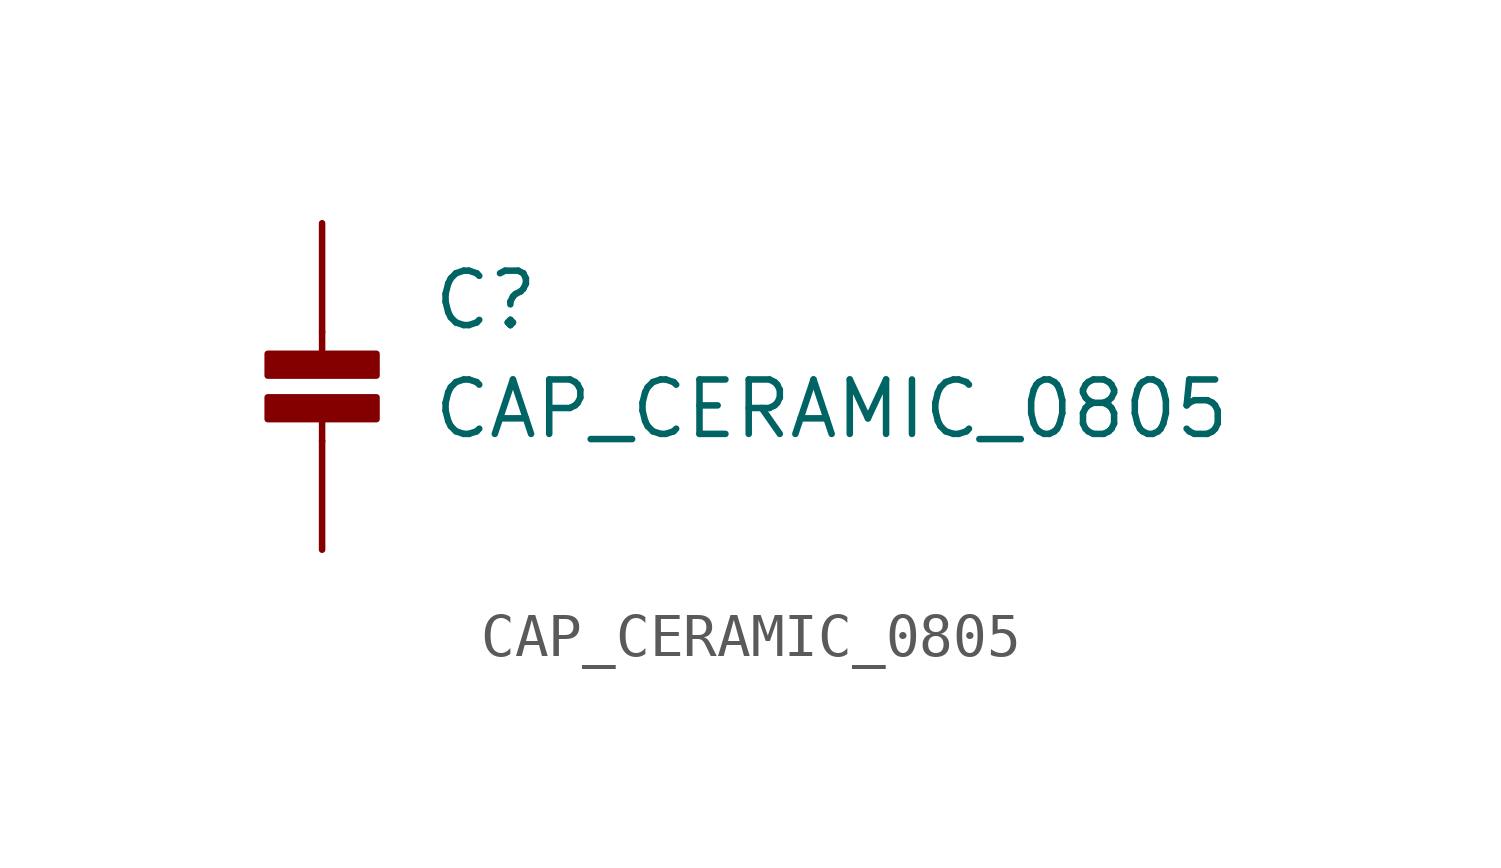
<source format=kicad_sym>
(kicad_symbol_lib
  (version 20211014)
  (generator kicad_symbol_editor)
  (symbol "CAP_CERAMIC_0805"
    (property "Reference" "C"
      (at 2.54 2.54 0)
      (effects (font (size 1.27 1.27)) (justify left bottom)))
    (property "Value" "CAP_CERAMIC_0805"
      (at 2.54 0 0)
      (effects (font (size 1.27 1.27)) (justify left bottom)))
    (property "ki_locked" ""
      (at 0 0 0)
      (effects (font (size 1.27 1.27))))
    (symbol "CAP_CERAMIC_0805_1_0"
      (rectangle (start -1.27 0.508) (end 1.27 1.016) (stroke (width 0) (type default) (color 0 0 0 0)) (fill (type outline)))
      (rectangle (start -1.27 1.524) (end 1.27 2.032) (stroke (width 0) (type default) (color 0 0 0 0)) (fill (type outline)))
      (polyline (pts (xy 0 0.762) (xy 0 0)) (stroke (width 0.152) (type default) (color 0 0 0 0)) (fill (type none)))
      (polyline (pts (xy 0 2.54) (xy 0 1.778)) (stroke (width 0.152) (type default) (color 0 0 0 0)) (fill (type none)))
      (pin passive line (at 0 5.08 270) (length 2.54) (name "P$1" (effects (font (size 0 0)))) (number "1" (effects (font (size 0 0)))))
      (pin passive line (at 0 -2.54 90) (length 2.54) (name "P$2" (effects (font (size 0 0)))) (number "2" (effects (font (size 0 0))))))))
</source>
